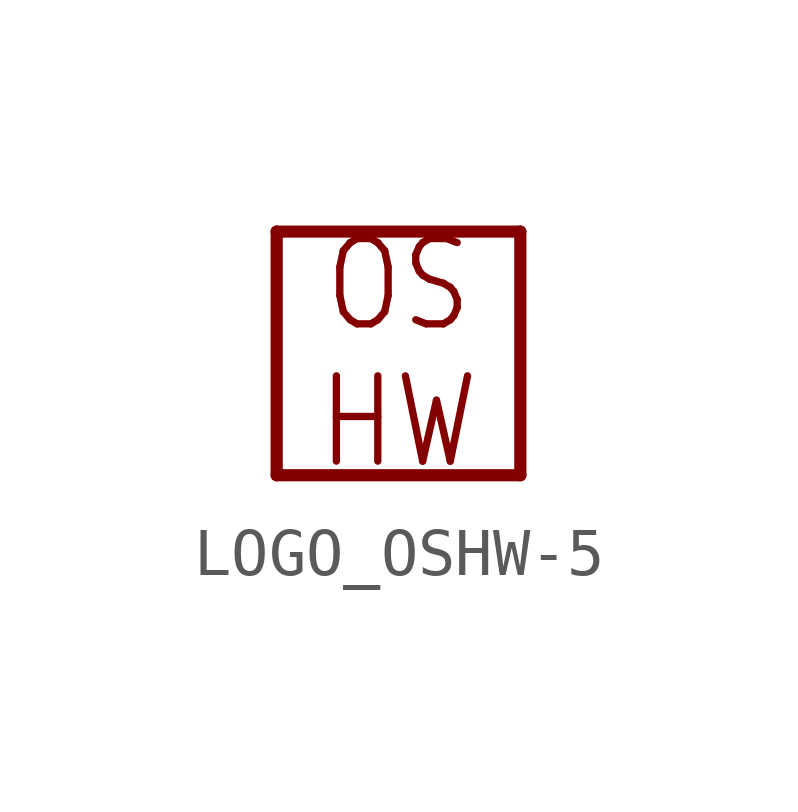
<source format=kicad_sym>
(kicad_symbol_lib
  (version 20231120)
  (generator "kicad_symbol_editor")
  (generator_version "8.0")
  (symbol "LOGO_OSHW-5"
    (property "Reference" "LOGO"
      (at 0 0 0)
      (effects (font (size 1.27 1.27)) (hide yes)))
    (property "ki_locked" ""
      (at 0 0 0)
      (effects (font (size 1.27 1.27))))
    (symbol "LOGO_OSHW-5_1_0"
      (polyline (pts (xy -2.54 -2.54) (xy -2.54 2.54)) (stroke (width 0.254) (type solid)) (fill (type none)))
      (polyline (pts (xy -2.54 2.54) (xy 2.54 2.54)) (stroke (width 0.254) (type solid)) (fill (type none)))
      (polyline (pts (xy 2.54 -2.54) (xy -2.54 -2.54)) (stroke (width 0.254) (type solid)) (fill (type none)))
      (polyline (pts (xy 2.54 2.54) (xy 2.54 -2.54)) (stroke (width 0.254) (type solid)) (fill (type none)))
      (text "OS\nHW" (at 0 0 0) (effects (font (size 1.778 1.511)))))))
</source>
